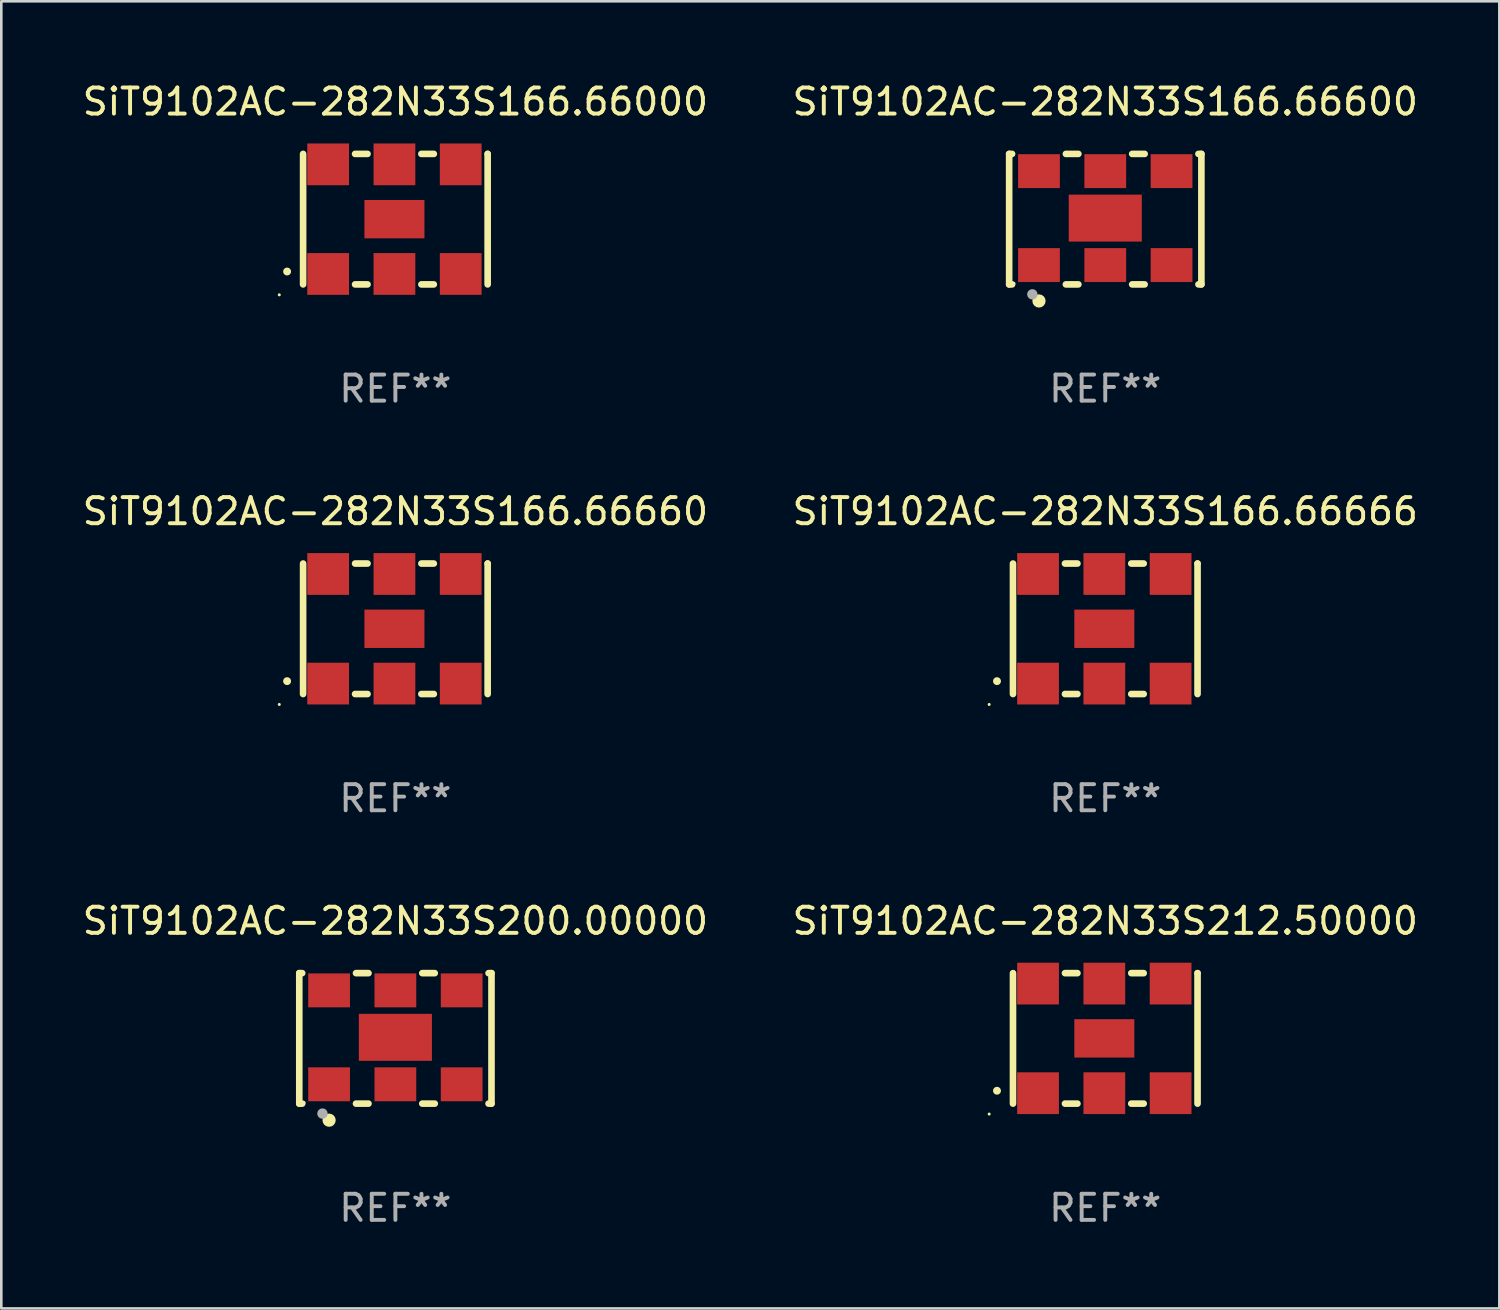
<source format=kicad_pcb>
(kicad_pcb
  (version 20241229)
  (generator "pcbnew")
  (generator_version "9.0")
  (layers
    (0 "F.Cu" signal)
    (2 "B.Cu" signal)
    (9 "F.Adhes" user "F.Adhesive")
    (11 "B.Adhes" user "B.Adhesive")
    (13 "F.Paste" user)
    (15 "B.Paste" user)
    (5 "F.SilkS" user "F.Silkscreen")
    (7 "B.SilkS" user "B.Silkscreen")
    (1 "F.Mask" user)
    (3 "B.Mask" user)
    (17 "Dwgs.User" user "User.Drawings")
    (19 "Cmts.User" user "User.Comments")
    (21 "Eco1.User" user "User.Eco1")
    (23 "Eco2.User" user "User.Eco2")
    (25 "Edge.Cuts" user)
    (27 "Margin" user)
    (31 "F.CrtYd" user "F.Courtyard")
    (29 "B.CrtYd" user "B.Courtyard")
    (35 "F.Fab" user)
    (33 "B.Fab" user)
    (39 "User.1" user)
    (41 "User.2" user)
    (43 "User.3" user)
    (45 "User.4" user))
  (footprint "SiT9102AC-282N33S166.66666"
    (layer "F.Cu")
    (at 39.304 21.045)
    (property "Reference" "SiT9102AC-282N33S166.66666" (at 0 -4.5 0) (layer "F.SilkS") (effects (font (size 1 1) (thickness 0.15))))
    (attr through_hole)
    (fp_line (start -3.536 -2.5) (end -3.536 2.5) (stroke (width 0.254) (type solid)) (layer "F.SilkS"))
    (fp_line (start -1.544 2.5) (end -1.067 2.5) (stroke (width 0.254) (type solid)) (layer "F.SilkS"))
    (fp_line (start -1.067 -2.5) (end -1.544 -2.5) (stroke (width 0.254) (type solid)) (layer "F.SilkS"))
    (fp_line (start 0.996 2.5) (end 1.473 2.5) (stroke (width 0.254) (type solid)) (layer "F.SilkS"))
    (fp_line (start 1.473 -2.5) (end 0.996 -2.5) (stroke (width 0.254) (type solid)) (layer "F.SilkS"))
    (fp_line (start 3.536 -2.5) (end 3.536 -2.5) (stroke (width 0.254) (type solid)) (layer "F.SilkS"))
    (fp_line (start 3.536 2.5) (end 3.536 -2.5) (stroke (width 0.254) (type solid)) (layer "F.SilkS"))
    (fp_arc (start -4.150432 2.006604) (mid -4.149162 2.006599) (end -4.147892 2.006604) (stroke (width 0.3) (type solid)) (layer "F.SilkS"))
    (fp_circle (center -4.449 2.9) (end -4.419 2.9) (stroke (width 0.06) (type solid)) (fill no) (layer "F.SilkS"))
    (fp_text user "REF**" (at 0 6.5 0) (layer "F.Fab") (effects (font (size 1 1) (thickness 0.15))))
    (pad "1" smd rect (at -2.576 2.1) (size 1.6 1.6) (layers "F.Cu" "F.Mask" "F.Paste"))
    (pad "2" smd rect (at -0.036 2.1) (size 1.6 1.6) (layers "F.Cu" "F.Mask" "F.Paste"))
    (pad "3" smd rect (at 2.504 2.1) (size 1.6 1.6) (layers "F.Cu" "F.Mask" "F.Paste"))
    (pad "4" smd rect (at 2.504 -2.1) (size 1.6 1.6) (layers "F.Cu" "F.Mask" "F.Paste"))
    (pad "5" smd rect (at -0.036 -2.1) (size 1.6 1.6) (layers "F.Cu" "F.Mask" "F.Paste"))
    (pad "6" smd rect (at -2.576 -2.1) (size 1.6 1.6) (layers "F.Cu" "F.Mask" "F.Paste"))
    (pad "7" smd rect (at -0.036 0) (size 2.3 1.47) (layers "F.Cu" "F.Mask" "F.Paste")))
  (footprint "SiT9102AC-282N33S166.66660"
    (layer "F.Cu")
    (at 12.101 21.045)
    (property "Reference" "SiT9102AC-282N33S166.66660" (at 0 -4.5 0) (layer "F.SilkS") (effects (font (size 1 1) (thickness 0.15))))
    (attr through_hole)
    (fp_line (start -3.536 -2.5) (end -3.536 2.5) (stroke (width 0.254) (type solid)) (layer "F.SilkS"))
    (fp_line (start -1.544 2.5) (end -1.067 2.5) (stroke (width 0.254) (type solid)) (layer "F.SilkS"))
    (fp_line (start -1.067 -2.5) (end -1.544 -2.5) (stroke (width 0.254) (type solid)) (layer "F.SilkS"))
    (fp_line (start 0.996 2.5) (end 1.473 2.5) (stroke (width 0.254) (type solid)) (layer "F.SilkS"))
    (fp_line (start 1.473 -2.5) (end 0.996 -2.5) (stroke (width 0.254) (type solid)) (layer "F.SilkS"))
    (fp_line (start 3.536 -2.5) (end 3.536 -2.5) (stroke (width 0.254) (type solid)) (layer "F.SilkS"))
    (fp_line (start 3.536 2.5) (end 3.536 -2.5) (stroke (width 0.254) (type solid)) (layer "F.SilkS"))
    (fp_arc (start -4.150432 2.006604) (mid -4.149162 2.006599) (end -4.147892 2.006604) (stroke (width 0.3) (type solid)) (layer "F.SilkS"))
    (fp_circle (center -4.449 2.9) (end -4.419 2.9) (stroke (width 0.06) (type solid)) (fill no) (layer "F.SilkS"))
    (fp_text user "REF**" (at 0 6.5 0) (layer "F.Fab") (effects (font (size 1 1) (thickness 0.15))))
    (pad "1" smd rect (at -2.576 2.1) (size 1.6 1.6) (layers "F.Cu" "F.Mask" "F.Paste"))
    (pad "2" smd rect (at -0.036 2.1) (size 1.6 1.6) (layers "F.Cu" "F.Mask" "F.Paste"))
    (pad "3" smd rect (at 2.504 2.1) (size 1.6 1.6) (layers "F.Cu" "F.Mask" "F.Paste"))
    (pad "4" smd rect (at 2.504 -2.1) (size 1.6 1.6) (layers "F.Cu" "F.Mask" "F.Paste"))
    (pad "5" smd rect (at -0.036 -2.1) (size 1.6 1.6) (layers "F.Cu" "F.Mask" "F.Paste"))
    (pad "6" smd rect (at -2.576 -2.1) (size 1.6 1.6) (layers "F.Cu" "F.Mask" "F.Paste"))
    (pad "7" smd rect (at -0.036 0) (size 2.3 1.47) (layers "F.Cu" "F.Mask" "F.Paste")))
  (footprint "SiT9102AC-282N33S166.66000"
    (layer "F.Cu")
    (at 12.101 5.348)
    (property "Reference" "SiT9102AC-282N33S166.66000" (at 0 -4.5 0) (layer "F.SilkS") (effects (font (size 1 1) (thickness 0.15))))
    (attr through_hole)
    (fp_line (start -3.536 -2.5) (end -3.536 2.5) (stroke (width 0.254) (type solid)) (layer "F.SilkS"))
    (fp_line (start -1.544 2.5) (end -1.067 2.5) (stroke (width 0.254) (type solid)) (layer "F.SilkS"))
    (fp_line (start -1.067 -2.5) (end -1.544 -2.5) (stroke (width 0.254) (type solid)) (layer "F.SilkS"))
    (fp_line (start 0.996 2.5) (end 1.473 2.5) (stroke (width 0.254) (type solid)) (layer "F.SilkS"))
    (fp_line (start 1.473 -2.5) (end 0.996 -2.5) (stroke (width 0.254) (type solid)) (layer "F.SilkS"))
    (fp_line (start 3.536 -2.5) (end 3.536 -2.5) (stroke (width 0.254) (type solid)) (layer "F.SilkS"))
    (fp_line (start 3.536 2.5) (end 3.536 -2.5) (stroke (width 0.254) (type solid)) (layer "F.SilkS"))
    (fp_arc (start -4.150432 2.006604) (mid -4.149162 2.006599) (end -4.147892 2.006604) (stroke (width 0.3) (type solid)) (layer "F.SilkS"))
    (fp_circle (center -4.449 2.9) (end -4.419 2.9) (stroke (width 0.06) (type solid)) (fill no) (layer "F.SilkS"))
    (fp_text user "REF**" (at 0 6.5 0) (layer "F.Fab") (effects (font (size 1 1) (thickness 0.15))))
    (pad "1" smd rect (at -2.576 2.1) (size 1.6 1.6) (layers "F.Cu" "F.Mask" "F.Paste"))
    (pad "2" smd rect (at -0.036 2.1) (size 1.6 1.6) (layers "F.Cu" "F.Mask" "F.Paste"))
    (pad "3" smd rect (at 2.504 2.1) (size 1.6 1.6) (layers "F.Cu" "F.Mask" "F.Paste"))
    (pad "4" smd rect (at 2.504 -2.1) (size 1.6 1.6) (layers "F.Cu" "F.Mask" "F.Paste"))
    (pad "5" smd rect (at -0.036 -2.1) (size 1.6 1.6) (layers "F.Cu" "F.Mask" "F.Paste"))
    (pad "6" smd rect (at -2.576 -2.1) (size 1.6 1.6) (layers "F.Cu" "F.Mask" "F.Paste"))
    (pad "7" smd rect (at -0.036 0) (size 2.3 1.47) (layers "F.Cu" "F.Mask" "F.Paste")))
  (footprint "SiT9102AC-282N33S212.50000"
    (layer "F.Cu")
    (at 39.304 36.741)
    (property "Reference" "SiT9102AC-282N33S212.50000" (at 0 -4.5 0) (layer "F.SilkS") (effects (font (size 1 1) (thickness 0.15))))
    (attr through_hole)
    (fp_line (start -3.536 -2.5) (end -3.536 2.5) (stroke (width 0.254) (type solid)) (layer "F.SilkS"))
    (fp_line (start -1.544 2.5) (end -1.067 2.5) (stroke (width 0.254) (type solid)) (layer "F.SilkS"))
    (fp_line (start -1.067 -2.5) (end -1.544 -2.5) (stroke (width 0.254) (type solid)) (layer "F.SilkS"))
    (fp_line (start 0.996 2.5) (end 1.473 2.5) (stroke (width 0.254) (type solid)) (layer "F.SilkS"))
    (fp_line (start 1.473 -2.5) (end 0.996 -2.5) (stroke (width 0.254) (type solid)) (layer "F.SilkS"))
    (fp_line (start 3.536 -2.5) (end 3.536 -2.5) (stroke (width 0.254) (type solid)) (layer "F.SilkS"))
    (fp_line (start 3.536 2.5) (end 3.536 -2.5) (stroke (width 0.254) (type solid)) (layer "F.SilkS"))
    (fp_arc (start -4.150432 2.006604) (mid -4.149162 2.006599) (end -4.147892 2.006604) (stroke (width 0.3) (type solid)) (layer "F.SilkS"))
    (fp_circle (center -4.449 2.9) (end -4.419 2.9) (stroke (width 0.06) (type solid)) (fill no) (layer "F.SilkS"))
    (fp_text user "REF**" (at 0 6.5 0) (layer "F.Fab") (effects (font (size 1 1) (thickness 0.15))))
    (pad "1" smd rect (at -2.576 2.1) (size 1.6 1.6) (layers "F.Cu" "F.Mask" "F.Paste"))
    (pad "2" smd rect (at -0.036 2.1) (size 1.6 1.6) (layers "F.Cu" "F.Mask" "F.Paste"))
    (pad "3" smd rect (at 2.504 2.1) (size 1.6 1.6) (layers "F.Cu" "F.Mask" "F.Paste"))
    (pad "4" smd rect (at 2.504 -2.1) (size 1.6 1.6) (layers "F.Cu" "F.Mask" "F.Paste"))
    (pad "5" smd rect (at -0.036 -2.1) (size 1.6 1.6) (layers "F.Cu" "F.Mask" "F.Paste"))
    (pad "6" smd rect (at -2.576 -2.1) (size 1.6 1.6) (layers "F.Cu" "F.Mask" "F.Paste"))
    (pad "7" smd rect (at -0.036 0) (size 2.3 1.47) (layers "F.Cu" "F.Mask" "F.Paste")))
  (footprint "SiT9102AC-282N33S200.00000"
    (layer "F.Cu")
    (at 12.101 36.741)
    (property "Reference" "SiT9102AC-282N33S200.00000" (at 0 -4.5 0) (layer "F.SilkS") (effects (font (size 1 1) (thickness 0.15))))
    (attr through_hole)
    (fp_line (start -3.683 -2.5) (end -3.571 -2.5) (stroke (width 0.254) (type solid)) (layer "F.SilkS"))
    (fp_line (start -3.683 2.5) (end -3.683 -2.5) (stroke (width 0.254) (type solid)) (layer "F.SilkS"))
    (fp_line (start -3.683 2.5) (end -3.571 2.5) (stroke (width 0.254) (type solid)) (layer "F.SilkS"))
    (fp_line (start -1.509 -2.5) (end -1.031 -2.5) (stroke (width 0.254) (type solid)) (layer "F.SilkS"))
    (fp_line (start -1.509 2.5) (end -1.031 2.5) (stroke (width 0.254) (type solid)) (layer "F.SilkS"))
    (fp_line (start 1.031 -2.5) (end 1.509 -2.5) (stroke (width 0.254) (type solid)) (layer "F.SilkS"))
    (fp_line (start 1.031 2.5) (end 1.509 2.5) (stroke (width 0.254) (type solid)) (layer "F.SilkS"))
    (fp_line (start 3.571 -2.5) (end 3.683 -2.5) (stroke (width 0.254) (type solid)) (layer "F.SilkS"))
    (fp_line (start 3.571 2.5) (end 3.683 2.5) (stroke (width 0.254) (type solid)) (layer "F.SilkS"))
    (fp_line (start 3.683 2.5) (end 3.683 -2.5) (stroke (width 0.254) (type solid)) (layer "F.SilkS"))
    (fp_circle (center -3.5 2.46) (end -3.47 2.46) (stroke (width 0.06) (type solid)) (fill no) (layer "F.SilkS"))
    (fp_circle (center -2.54 3.135) (end -2.413 3.135) (stroke (width 0.254) (type solid)) (fill no) (layer "F.SilkS"))
    (fp_circle (center -2.794 2.881) (end -2.694 2.881) (stroke (width 0.2) (type solid)) (fill no) (layer "F.Fab"))
    (fp_text user "REF**" (at 0 6.5 0) (layer "F.Fab") (effects (font (size 1 1) (thickness 0.15))))
    (pad "1" smd rect (at -2.54 1.76) (size 1.6 1.3) (layers "F.Cu" "F.Mask" "F.Paste"))
    (pad "2" smd rect (at 0 1.76) (size 1.6 1.3) (layers "F.Cu" "F.Mask" "F.Paste"))
    (pad "3" smd rect (at 2.54 1.76) (size 1.6 1.3) (layers "F.Cu" "F.Mask" "F.Paste"))
    (pad "4" smd rect (at 2.54 -1.84) (size 1.6 1.3) (layers "F.Cu" "F.Mask" "F.Paste"))
    (pad "5" smd rect (at 0 -1.84) (size 1.6 1.3) (layers "F.Cu" "F.Mask" "F.Paste"))
    (pad "6" smd rect (at -2.54 -1.84) (size 1.6 1.3) (layers "F.Cu" "F.Mask" "F.Paste"))
    (pad "7" smd rect (at 0 -0.04) (size 2.8 1.8) (layers "F.Cu" "F.Mask" "F.Paste")))
  (footprint "SiT9102AC-282N33S166.66600"
    (layer "F.Cu")
    (at 39.304 5.348)
    (property "Reference" "SiT9102AC-282N33S166.66600" (at 0 -4.5 0) (layer "F.SilkS") (effects (font (size 1 1) (thickness 0.15))))
    (attr through_hole)
    (fp_line (start -3.683 -2.5) (end -3.571 -2.5) (stroke (width 0.254) (type solid)) (layer "F.SilkS"))
    (fp_line (start -3.683 2.5) (end -3.683 -2.5) (stroke (width 0.254) (type solid)) (layer "F.SilkS"))
    (fp_line (start -3.683 2.5) (end -3.571 2.5) (stroke (width 0.254) (type solid)) (layer "F.SilkS"))
    (fp_line (start -1.509 -2.5) (end -1.031 -2.5) (stroke (width 0.254) (type solid)) (layer "F.SilkS"))
    (fp_line (start -1.509 2.5) (end -1.031 2.5) (stroke (width 0.254) (type solid)) (layer "F.SilkS"))
    (fp_line (start 1.031 -2.5) (end 1.509 -2.5) (stroke (width 0.254) (type solid)) (layer "F.SilkS"))
    (fp_line (start 1.031 2.5) (end 1.509 2.5) (stroke (width 0.254) (type solid)) (layer "F.SilkS"))
    (fp_line (start 3.571 -2.5) (end 3.683 -2.5) (stroke (width 0.254) (type solid)) (layer "F.SilkS"))
    (fp_line (start 3.571 2.5) (end 3.683 2.5) (stroke (width 0.254) (type solid)) (layer "F.SilkS"))
    (fp_line (start 3.683 2.5) (end 3.683 -2.5) (stroke (width 0.254) (type solid)) (layer "F.SilkS"))
    (fp_circle (center -3.5 2.46) (end -3.47 2.46) (stroke (width 0.06) (type solid)) (fill no) (layer "F.SilkS"))
    (fp_circle (center -2.54 3.135) (end -2.413 3.135) (stroke (width 0.254) (type solid)) (fill no) (layer "F.SilkS"))
    (fp_circle (center -2.794 2.881) (end -2.694 2.881) (stroke (width 0.2) (type solid)) (fill no) (layer "F.Fab"))
    (fp_text user "REF**" (at 0 6.5 0) (layer "F.Fab") (effects (font (size 1 1) (thickness 0.15))))
    (pad "1" smd rect (at -2.54 1.76) (size 1.6 1.3) (layers "F.Cu" "F.Mask" "F.Paste"))
    (pad "2" smd rect (at 0 1.76) (size 1.6 1.3) (layers "F.Cu" "F.Mask" "F.Paste"))
    (pad "3" smd rect (at 2.54 1.76) (size 1.6 1.3) (layers "F.Cu" "F.Mask" "F.Paste"))
    (pad "4" smd rect (at 2.54 -1.84) (size 1.6 1.3) (layers "F.Cu" "F.Mask" "F.Paste"))
    (pad "5" smd rect (at 0 -1.84) (size 1.6 1.3) (layers "F.Cu" "F.Mask" "F.Paste"))
    (pad "6" smd rect (at -2.54 -1.84) (size 1.6 1.3) (layers "F.Cu" "F.Mask" "F.Paste"))
    (pad "7" smd rect (at 0 -0.04) (size 2.8 1.8) (layers "F.Cu" "F.Mask" "F.Paste")))
  (gr_rect
    (start -3 -3)
    (end 54.405 47.09)
    (stroke (width 0.1) (type default))
    (fill no)
    (layer "Edge.Cuts")))
</source>
